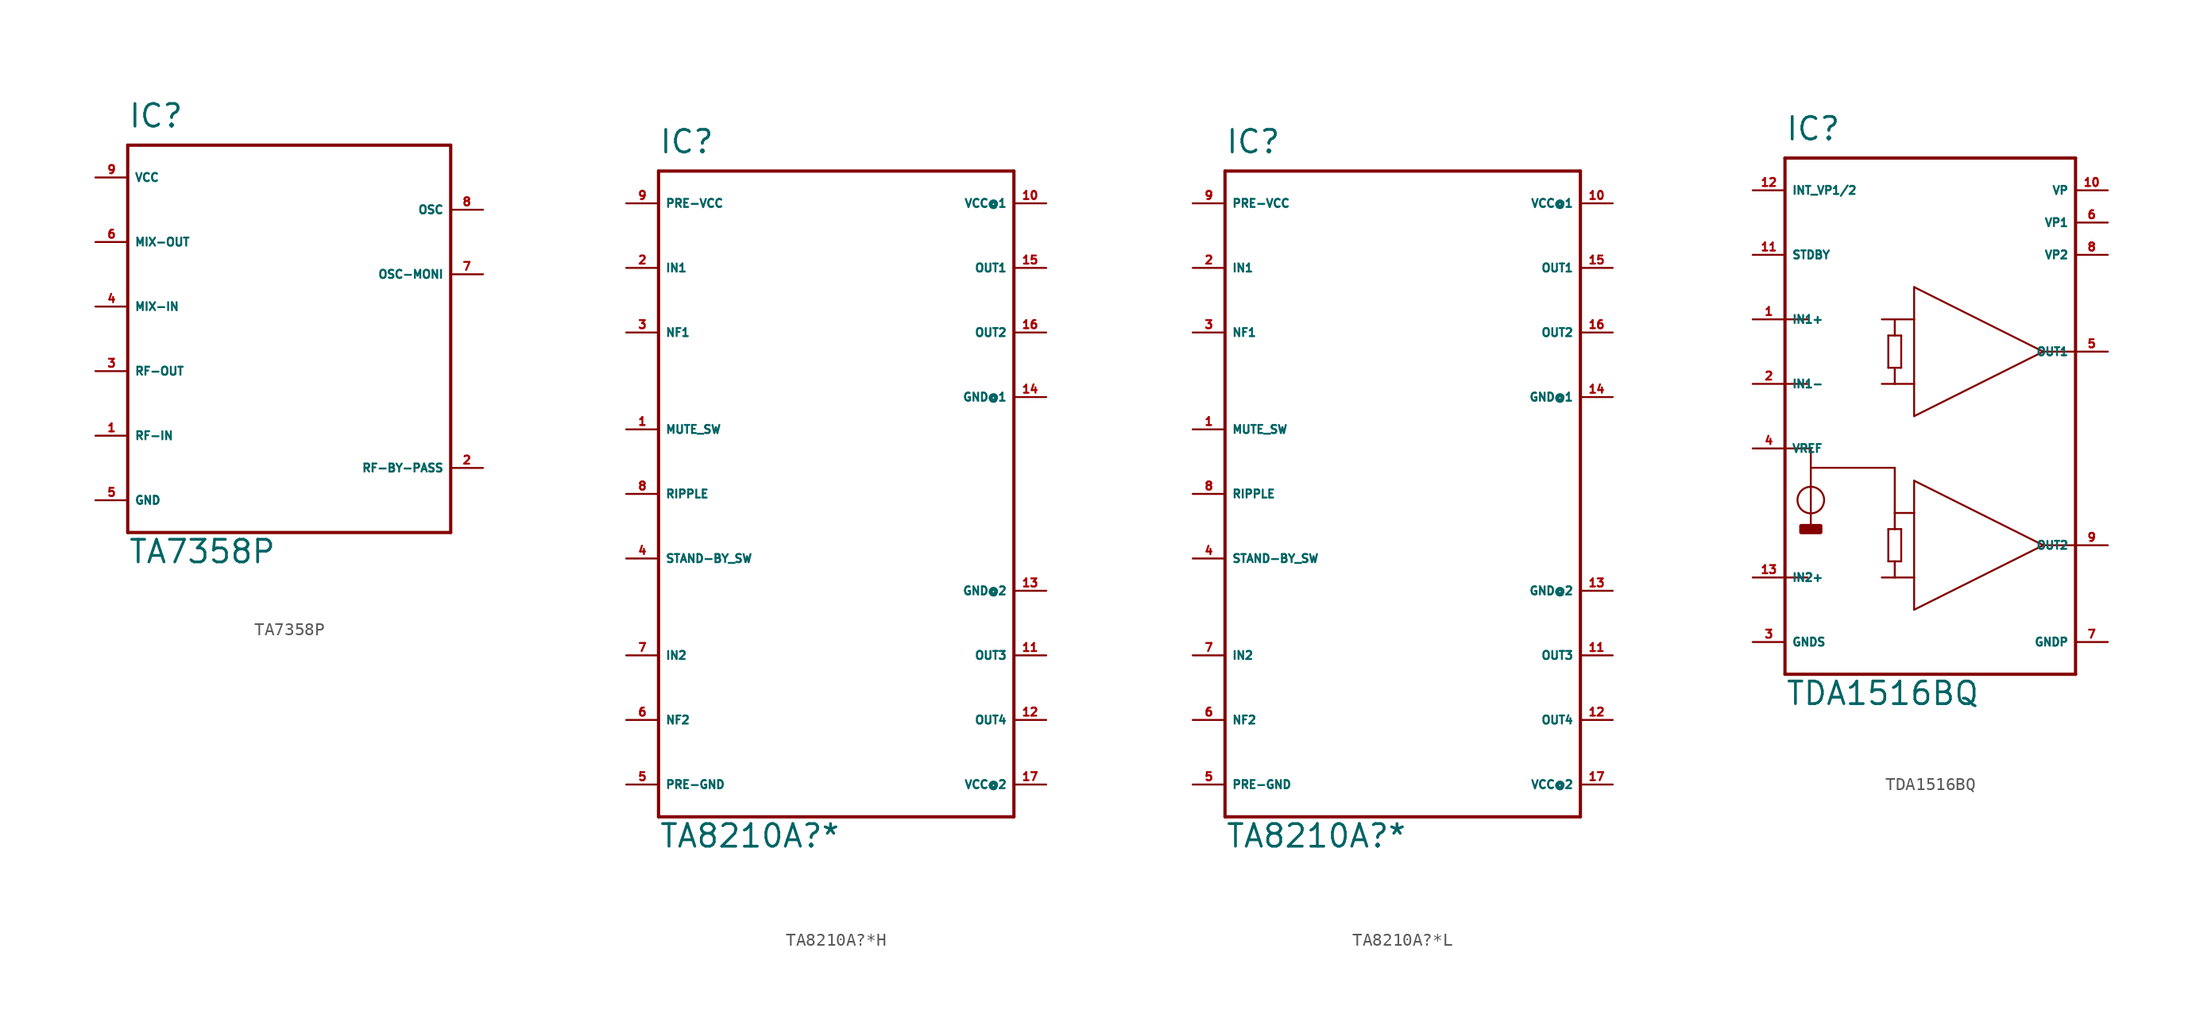
<source format=kicad_sym>
(kicad_symbol_lib
  (version 20220914)
  (generator Eagle2Kicad)
  (symbol "TA7358P"
    (property "Reference" "IC"
      (at -12.7 16.51 0)
      (effects (font (size 1.778 1.778) (thickness 0.22)) (justify left bottom)))
    (property "Value" "TA7358P"
      (at -12.7 -17.78 0)
      (effects (font (size 1.778 1.778) (thickness 0.22)) (justify left bottom)))
    (polyline
      (pts (xy -12.7 15.24) (xy 12.7 15.24))
      (stroke (width 0.254) (type default))
      (fill (type none)))
    (polyline
      (pts (xy 12.7 15.24) (xy 12.7 -15.24))
      (stroke (width 0.254) (type default))
      (fill (type none)))
    (polyline
      (pts (xy 12.7 -15.24) (xy -12.7 -15.24))
      (stroke (width 0.254) (type default))
      (fill (type none)))
    (polyline
      (pts (xy -12.7 -15.24) (xy -12.7 15.24))
      (stroke (width 0.254) (type default))
      (fill (type none)))
    (pin input line
      (at -15.24 -7.62 0)
      (length 2.54)
      (name "RF-IN" (effects (font (size 0.635 0.635) (thickness 0.08)) (justify left bottom)))
      (number "1" (effects (font (size 0.635 0.635) (thickness 0.08)) (justify left bottom))))
    (pin input line
      (at -15.24 -2.54 0)
      (length 2.54)
      (name "RF-OUT" (effects (font (size 0.635 0.635) (thickness 0.08)) (justify left bottom)))
      (number "3" (effects (font (size 0.635 0.635) (thickness 0.08)) (justify left bottom))))
    (pin input line
      (at -15.24 2.54 0)
      (length 2.54)
      (name "MIX-IN" (effects (font (size 0.635 0.635) (thickness 0.08)) (justify left bottom)))
      (number "4" (effects (font (size 0.635 0.635) (thickness 0.08)) (justify left bottom))))
    (pin input line
      (at -15.24 7.62 0)
      (length 2.54)
      (name "MIX-OUT" (effects (font (size 0.635 0.635) (thickness 0.08)) (justify left bottom)))
      (number "6" (effects (font (size 0.635 0.635) (thickness 0.08)) (justify left bottom))))
    (pin input line
      (at -15.24 12.7 0)
      (length 2.54)
      (name "VCC" (effects (font (size 0.635 0.635) (thickness 0.08)) (justify left bottom)))
      (number "9" (effects (font (size 0.635 0.635) (thickness 0.08)) (justify left bottom))))
    (pin input line
      (at -15.24 -12.7 0)
      (length 2.54)
      (name "GND" (effects (font (size 0.635 0.635) (thickness 0.08)) (justify left bottom)))
      (number "5" (effects (font (size 0.635 0.635) (thickness 0.08)) (justify left bottom))))
    (pin input line
      (at 15.24 -10.16 180)
      (length 2.54)
      (name "RF-BY-PASS" (effects (font (size 0.635 0.635) (thickness 0.08)) (justify left bottom)))
      (number "2" (effects (font (size 0.635 0.635) (thickness 0.08)) (justify left bottom))))
    (pin input line
      (at 15.24 10.16 180)
      (length 2.54)
      (name "OSC" (effects (font (size 0.635 0.635) (thickness 0.08)) (justify left bottom)))
      (number "8" (effects (font (size 0.635 0.635) (thickness 0.08)) (justify left bottom))))
    (pin input line
      (at 15.24 5.08 180)
      (length 2.54)
      (name "OSC-MONI" (effects (font (size 0.635 0.635) (thickness 0.08)) (justify left bottom)))
      (number "7" (effects (font (size 0.635 0.635) (thickness 0.08)) (justify left bottom)))))
  (symbol "TA8210A?*H"
    (property "Reference" "IC"
      (at -15.24 26.67 0)
      (effects (font (size 1.778 1.778) (thickness 0.22)) (justify left bottom)))
    (property "Value" "TA8210A?*"
      (at -15.24 -27.94 0)
      (effects (font (size 1.778 1.778) (thickness 0.22)) (justify left bottom)))
    (polyline
      (pts (xy -15.24 25.4) (xy 12.7 25.4))
      (stroke (width 0.254) (type default))
      (fill (type none)))
    (polyline
      (pts (xy 12.7 25.4) (xy 12.7 -25.4))
      (stroke (width 0.254) (type default))
      (fill (type none)))
    (polyline
      (pts (xy 12.7 -25.4) (xy -15.24 -25.4))
      (stroke (width 0.254) (type default))
      (fill (type none)))
    (polyline
      (pts (xy -15.24 -25.4) (xy -15.24 25.4))
      (stroke (width 0.254) (type default))
      (fill (type none)))
    (pin input line
      (at -17.78 17.78 0)
      (length 2.54)
      (name "IN1" (effects (font (size 0.635 0.635) (thickness 0.08)) (justify left bottom)))
      (number "2" (effects (font (size 0.635 0.635) (thickness 0.08)) (justify left bottom))))
    (pin input line
      (at -17.78 -12.7 0)
      (length 2.54)
      (name "IN2" (effects (font (size 0.635 0.635) (thickness 0.08)) (justify left bottom)))
      (number "7" (effects (font (size 0.635 0.635) (thickness 0.08)) (justify left bottom))))
    (pin input line
      (at -17.78 12.7 0)
      (length 2.54)
      (name "NF1" (effects (font (size 0.635 0.635) (thickness 0.08)) (justify left bottom)))
      (number "3" (effects (font (size 0.635 0.635) (thickness 0.08)) (justify left bottom))))
    (pin input line
      (at -17.78 -17.78 0)
      (length 2.54)
      (name "NF2" (effects (font (size 0.635 0.635) (thickness 0.08)) (justify left bottom)))
      (number "6" (effects (font (size 0.635 0.635) (thickness 0.08)) (justify left bottom))))
    (pin input line
      (at -17.78 5.08 0)
      (length 2.54)
      (name "MUTE_SW" (effects (font (size 0.635 0.635) (thickness 0.08)) (justify left bottom)))
      (number "1" (effects (font (size 0.635 0.635) (thickness 0.08)) (justify left bottom))))
    (pin input line
      (at -17.78 0 0)
      (length 2.54)
      (name "RIPPLE" (effects (font (size 0.635 0.635) (thickness 0.08)) (justify left bottom)))
      (number "8" (effects (font (size 0.635 0.635) (thickness 0.08)) (justify left bottom))))
    (pin unspecified line
      (at -17.78 22.86 0)
      (length 2.54)
      (name "PRE-VCC" (effects (font (size 0.635 0.635) (thickness 0.08)) (justify left bottom)))
      (number "9" (effects (font (size 0.635 0.635) (thickness 0.08)) (justify left bottom))))
    (pin unspecified line
      (at -17.78 -22.86 0)
      (length 2.54)
      (name "PRE-GND" (effects (font (size 0.635 0.635) (thickness 0.08)) (justify left bottom)))
      (number "5" (effects (font (size 0.635 0.635) (thickness 0.08)) (justify left bottom))))
    (pin unspecified line
      (at 15.24 22.86 180)
      (length 2.54)
      (name "VCC@1" (effects (font (size 0.635 0.635) (thickness 0.08)) (justify left bottom)))
      (number "10" (effects (font (size 0.635 0.635) (thickness 0.08)) (justify left bottom))))
    (pin unspecified line
      (at 15.24 -22.86 180)
      (length 2.54)
      (name "VCC@2" (effects (font (size 0.635 0.635) (thickness 0.08)) (justify left bottom)))
      (number "17" (effects (font (size 0.635 0.635) (thickness 0.08)) (justify left bottom))))
    (pin input line
      (at -17.78 -5.08 0)
      (length 2.54)
      (name "STAND-BY_SW" (effects (font (size 0.635 0.635) (thickness 0.08)) (justify left bottom)))
      (number "4" (effects (font (size 0.635 0.635) (thickness 0.08)) (justify left bottom))))
    (pin unspecified line
      (at 15.24 7.62 180)
      (length 2.54)
      (name "GND@1" (effects (font (size 0.635 0.635) (thickness 0.08)) (justify left bottom)))
      (number "14" (effects (font (size 0.635 0.635) (thickness 0.08)) (justify left bottom))))
    (pin unspecified line
      (at 15.24 -7.62 180)
      (length 2.54)
      (name "GND@2" (effects (font (size 0.635 0.635) (thickness 0.08)) (justify left bottom)))
      (number "13" (effects (font (size 0.635 0.635) (thickness 0.08)) (justify left bottom))))
    (pin output line
      (at 15.24 17.78 180)
      (length 2.54)
      (name "OUT1" (effects (font (size 0.635 0.635) (thickness 0.08)) (justify left bottom)))
      (number "15" (effects (font (size 0.635 0.635) (thickness 0.08)) (justify left bottom))))
    (pin output line
      (at 15.24 12.7 180)
      (length 2.54)
      (name "OUT2" (effects (font (size 0.635 0.635) (thickness 0.08)) (justify left bottom)))
      (number "16" (effects (font (size 0.635 0.635) (thickness 0.08)) (justify left bottom))))
    (pin output line
      (at 15.24 -12.7 180)
      (length 2.54)
      (name "OUT3" (effects (font (size 0.635 0.635) (thickness 0.08)) (justify left bottom)))
      (number "11" (effects (font (size 0.635 0.635) (thickness 0.08)) (justify left bottom))))
    (pin output line
      (at 15.24 -17.78 180)
      (length 2.54)
      (name "OUT4" (effects (font (size 0.635 0.635) (thickness 0.08)) (justify left bottom)))
      (number "12" (effects (font (size 0.635 0.635) (thickness 0.08)) (justify left bottom)))))
  (symbol "TA8210A?*L"
    (property "Reference" "IC"
      (at -15.24 26.67 0)
      (effects (font (size 1.778 1.778) (thickness 0.22)) (justify left bottom)))
    (property "Value" "TA8210A?*"
      (at -15.24 -27.94 0)
      (effects (font (size 1.778 1.778) (thickness 0.22)) (justify left bottom)))
    (polyline
      (pts (xy -15.24 25.4) (xy 12.7 25.4))
      (stroke (width 0.254) (type default))
      (fill (type none)))
    (polyline
      (pts (xy 12.7 25.4) (xy 12.7 -25.4))
      (stroke (width 0.254) (type default))
      (fill (type none)))
    (polyline
      (pts (xy 12.7 -25.4) (xy -15.24 -25.4))
      (stroke (width 0.254) (type default))
      (fill (type none)))
    (polyline
      (pts (xy -15.24 -25.4) (xy -15.24 25.4))
      (stroke (width 0.254) (type default))
      (fill (type none)))
    (pin input line
      (at -17.78 17.78 0)
      (length 2.54)
      (name "IN1" (effects (font (size 0.635 0.635) (thickness 0.08)) (justify left bottom)))
      (number "2" (effects (font (size 0.635 0.635) (thickness 0.08)) (justify left bottom))))
    (pin input line
      (at -17.78 -12.7 0)
      (length 2.54)
      (name "IN2" (effects (font (size 0.635 0.635) (thickness 0.08)) (justify left bottom)))
      (number "7" (effects (font (size 0.635 0.635) (thickness 0.08)) (justify left bottom))))
    (pin input line
      (at -17.78 12.7 0)
      (length 2.54)
      (name "NF1" (effects (font (size 0.635 0.635) (thickness 0.08)) (justify left bottom)))
      (number "3" (effects (font (size 0.635 0.635) (thickness 0.08)) (justify left bottom))))
    (pin input line
      (at -17.78 -17.78 0)
      (length 2.54)
      (name "NF2" (effects (font (size 0.635 0.635) (thickness 0.08)) (justify left bottom)))
      (number "6" (effects (font (size 0.635 0.635) (thickness 0.08)) (justify left bottom))))
    (pin input line
      (at -17.78 5.08 0)
      (length 2.54)
      (name "MUTE_SW" (effects (font (size 0.635 0.635) (thickness 0.08)) (justify left bottom)))
      (number "1" (effects (font (size 0.635 0.635) (thickness 0.08)) (justify left bottom))))
    (pin input line
      (at -17.78 0 0)
      (length 2.54)
      (name "RIPPLE" (effects (font (size 0.635 0.635) (thickness 0.08)) (justify left bottom)))
      (number "8" (effects (font (size 0.635 0.635) (thickness 0.08)) (justify left bottom))))
    (pin unspecified line
      (at -17.78 22.86 0)
      (length 2.54)
      (name "PRE-VCC" (effects (font (size 0.635 0.635) (thickness 0.08)) (justify left bottom)))
      (number "9" (effects (font (size 0.635 0.635) (thickness 0.08)) (justify left bottom))))
    (pin unspecified line
      (at -17.78 -22.86 0)
      (length 2.54)
      (name "PRE-GND" (effects (font (size 0.635 0.635) (thickness 0.08)) (justify left bottom)))
      (number "5" (effects (font (size 0.635 0.635) (thickness 0.08)) (justify left bottom))))
    (pin unspecified line
      (at 15.24 22.86 180)
      (length 2.54)
      (name "VCC@1" (effects (font (size 0.635 0.635) (thickness 0.08)) (justify left bottom)))
      (number "10" (effects (font (size 0.635 0.635) (thickness 0.08)) (justify left bottom))))
    (pin unspecified line
      (at 15.24 -22.86 180)
      (length 2.54)
      (name "VCC@2" (effects (font (size 0.635 0.635) (thickness 0.08)) (justify left bottom)))
      (number "17" (effects (font (size 0.635 0.635) (thickness 0.08)) (justify left bottom))))
    (pin input line
      (at -17.78 -5.08 0)
      (length 2.54)
      (name "STAND-BY_SW" (effects (font (size 0.635 0.635) (thickness 0.08)) (justify left bottom)))
      (number "4" (effects (font (size 0.635 0.635) (thickness 0.08)) (justify left bottom))))
    (pin unspecified line
      (at 15.24 7.62 180)
      (length 2.54)
      (name "GND@1" (effects (font (size 0.635 0.635) (thickness 0.08)) (justify left bottom)))
      (number "14" (effects (font (size 0.635 0.635) (thickness 0.08)) (justify left bottom))))
    (pin unspecified line
      (at 15.24 -7.62 180)
      (length 2.54)
      (name "GND@2" (effects (font (size 0.635 0.635) (thickness 0.08)) (justify left bottom)))
      (number "13" (effects (font (size 0.635 0.635) (thickness 0.08)) (justify left bottom))))
    (pin output line
      (at 15.24 17.78 180)
      (length 2.54)
      (name "OUT1" (effects (font (size 0.635 0.635) (thickness 0.08)) (justify left bottom)))
      (number "15" (effects (font (size 0.635 0.635) (thickness 0.08)) (justify left bottom))))
    (pin output line
      (at 15.24 12.7 180)
      (length 2.54)
      (name "OUT2" (effects (font (size 0.635 0.635) (thickness 0.08)) (justify left bottom)))
      (number "16" (effects (font (size 0.635 0.635) (thickness 0.08)) (justify left bottom))))
    (pin output line
      (at 15.24 -12.7 180)
      (length 2.54)
      (name "OUT3" (effects (font (size 0.635 0.635) (thickness 0.08)) (justify left bottom)))
      (number "11" (effects (font (size 0.635 0.635) (thickness 0.08)) (justify left bottom))))
    (pin output line
      (at 15.24 -17.78 180)
      (length 2.54)
      (name "OUT4" (effects (font (size 0.635 0.635) (thickness 0.08)) (justify left bottom)))
      (number "12" (effects (font (size 0.635 0.635) (thickness 0.08)) (justify left bottom)))))
  (symbol "TDA1516BQ"
    (property "Reference" "IC"
      (at -12.7 21.59 0)
      (effects (font (size 1.778 1.778) (thickness 0.22)) (justify left bottom)))
    (property "Value" "TDA1516BQ"
      (at -12.7 -22.86 0)
      (effects (font (size 1.778 1.778) (thickness 0.22)) (justify left bottom)))
    (polyline
      (pts (xy -12.7 20.32) (xy 10.16 20.32))
      (stroke (width 0.254) (type default))
      (fill (type none)))
    (polyline
      (pts (xy 10.16 20.32) (xy 10.16 5.08))
      (stroke (width 0.254) (type default))
      (fill (type none)))
    (polyline
      (pts (xy 10.16 5.08) (xy 10.16 -10.16))
      (stroke (width 0.254) (type default))
      (fill (type none)))
    (polyline
      (pts (xy 10.16 -10.16) (xy 10.16 -20.32))
      (stroke (width 0.254) (type default))
      (fill (type none)))
    (polyline
      (pts (xy 10.16 -20.32) (xy -12.7 -20.32))
      (stroke (width 0.254) (type default))
      (fill (type none)))
    (polyline
      (pts (xy -12.7 -20.32) (xy -12.7 -12.7))
      (stroke (width 0.254) (type default))
      (fill (type none)))
    (polyline
      (pts (xy -12.7 -12.7) (xy -12.7 -2.54))
      (stroke (width 0.254) (type default))
      (fill (type none)))
    (polyline
      (pts (xy -12.7 -2.54) (xy -12.7 2.54))
      (stroke (width 0.254) (type default))
      (fill (type none)))
    (polyline
      (pts (xy -12.7 2.54) (xy -12.7 7.62))
      (stroke (width 0.254) (type default))
      (fill (type none)))
    (polyline
      (pts (xy -12.7 7.62) (xy -12.7 20.32))
      (stroke (width 0.254) (type default))
      (fill (type none)))
    (polyline
      (pts (xy -12.7 7.62) (xy -10.922 7.62))
      (stroke (width 0.152) (type default))
      (fill (type none)))
    (polyline
      (pts (xy -12.7 2.54) (xy -10.922 2.54))
      (stroke (width 0.152) (type default))
      (fill (type none)))
    (polyline
      (pts (xy -5.08 7.62) (xy -4.064 7.62))
      (stroke (width 0.152) (type default))
      (fill (type none)))
    (polyline
      (pts (xy -4.064 7.62) (xy -2.54 7.62))
      (stroke (width 0.152) (type default))
      (fill (type none)))
    (polyline
      (pts (xy -2.54 7.62) (xy -2.54 2.54))
      (stroke (width 0.152) (type default))
      (fill (type none)))
    (polyline
      (pts (xy -2.54 2.54) (xy -4.064 2.54))
      (stroke (width 0.152) (type default))
      (fill (type none)))
    (polyline
      (pts (xy -4.064 2.54) (xy -5.08 2.54))
      (stroke (width 0.152) (type default))
      (fill (type none)))
    (polyline
      (pts (xy -2.54 10.16) (xy -2.54 7.62))
      (stroke (width 0.152) (type default))
      (fill (type none)))
    (polyline
      (pts (xy -2.54 2.54) (xy -2.54 0))
      (stroke (width 0.152) (type default))
      (fill (type none)))
    (polyline
      (pts (xy -2.54 0) (xy 7.62 5.08))
      (stroke (width 0.152) (type default))
      (fill (type none)))
    (polyline
      (pts (xy 7.62 5.08) (xy -2.54 10.16))
      (stroke (width 0.152) (type default))
      (fill (type none)))
    (polyline
      (pts (xy -4.064 7.62) (xy -4.064 6.35))
      (stroke (width 0.152) (type default))
      (fill (type none)))
    (polyline
      (pts (xy -4.064 6.35) (xy -4.572 6.35))
      (stroke (width 0.152) (type default))
      (fill (type none)))
    (polyline
      (pts (xy -4.572 6.35) (xy -4.572 3.81))
      (stroke (width 0.152) (type default))
      (fill (type none)))
    (polyline
      (pts (xy -4.572 3.81) (xy -4.064 3.81))
      (stroke (width 0.152) (type default))
      (fill (type none)))
    (polyline
      (pts (xy -4.064 3.81) (xy -3.556 3.81))
      (stroke (width 0.152) (type default))
      (fill (type none)))
    (polyline
      (pts (xy -3.556 3.81) (xy -3.556 6.35))
      (stroke (width 0.152) (type default))
      (fill (type none)))
    (polyline
      (pts (xy -3.556 6.35) (xy -4.064 6.35))
      (stroke (width 0.152) (type default))
      (fill (type none)))
    (polyline
      (pts (xy -4.064 2.54) (xy -4.064 3.81))
      (stroke (width 0.152) (type default))
      (fill (type none)))
    (polyline
      (pts (xy 7.62 5.08) (xy 10.16 5.08))
      (stroke (width 0.152) (type default))
      (fill (type none)))
    (polyline
      (pts (xy -12.7 -12.7) (xy -10.922 -12.7))
      (stroke (width 0.152) (type default))
      (fill (type none)))
    (polyline
      (pts (xy -4.064 -7.62) (xy -2.54 -7.62))
      (stroke (width 0.152) (type default))
      (fill (type none)))
    (polyline
      (pts (xy -2.54 -7.62) (xy -2.54 -12.7))
      (stroke (width 0.152) (type default))
      (fill (type none)))
    (polyline
      (pts (xy -2.54 -12.7) (xy -4.064 -12.7))
      (stroke (width 0.152) (type default))
      (fill (type none)))
    (polyline
      (pts (xy -4.064 -12.7) (xy -5.08 -12.7))
      (stroke (width 0.152) (type default))
      (fill (type none)))
    (polyline
      (pts (xy -2.54 -5.08) (xy -2.54 -7.62))
      (stroke (width 0.152) (type default))
      (fill (type none)))
    (polyline
      (pts (xy -2.54 -12.7) (xy -2.54 -15.24))
      (stroke (width 0.152) (type default))
      (fill (type none)))
    (polyline
      (pts (xy -2.54 -15.24) (xy 7.62 -10.16))
      (stroke (width 0.152) (type default))
      (fill (type none)))
    (polyline
      (pts (xy 7.62 -10.16) (xy -2.54 -5.08))
      (stroke (width 0.152) (type default))
      (fill (type none)))
    (polyline
      (pts (xy -4.064 -7.62) (xy -4.064 -8.89))
      (stroke (width 0.152) (type default))
      (fill (type none)))
    (polyline
      (pts (xy -4.064 -8.89) (xy -4.572 -8.89))
      (stroke (width 0.152) (type default))
      (fill (type none)))
    (polyline
      (pts (xy -4.572 -8.89) (xy -4.572 -11.43))
      (stroke (width 0.152) (type default))
      (fill (type none)))
    (polyline
      (pts (xy -4.572 -11.43) (xy -4.064 -11.43))
      (stroke (width 0.152) (type default))
      (fill (type none)))
    (polyline
      (pts (xy -4.064 -11.43) (xy -3.556 -11.43))
      (stroke (width 0.152) (type default))
      (fill (type none)))
    (polyline
      (pts (xy -3.556 -11.43) (xy -3.556 -8.89))
      (stroke (width 0.152) (type default))
      (fill (type none)))
    (polyline
      (pts (xy -3.556 -8.89) (xy -4.064 -8.89))
      (stroke (width 0.152) (type default))
      (fill (type none)))
    (polyline
      (pts (xy -4.064 -12.7) (xy -4.064 -11.43))
      (stroke (width 0.152) (type default))
      (fill (type none)))
    (polyline
      (pts (xy 7.62 -10.16) (xy 10.16 -10.16))
      (stroke (width 0.152) (type default))
      (fill (type none)))
    (polyline
      (pts (xy -12.7 -2.54) (xy -10.668 -2.54))
      (stroke (width 0.152) (type default))
      (fill (type none)))
    (polyline
      (pts (xy -10.668 -2.54) (xy -10.668 -4.064))
      (stroke (width 0.152) (type default))
      (fill (type none)))
    (polyline
      (pts (xy -10.668 -4.064) (xy -4.064 -4.064))
      (stroke (width 0.152) (type default))
      (fill (type none)))
    (polyline
      (pts (xy -4.064 -4.064) (xy -4.064 -7.62))
      (stroke (width 0.152) (type default))
      (fill (type none)))
    (polyline
      (pts (xy -10.668 -4.064) (xy -10.668 -8.636))
      (stroke (width 0.152) (type default))
      (fill (type none)))
    (circle
      (center -10.668 -6.604)
      (radius 1.047)
      (stroke (width 0.152) (type default))
      (fill (type none)))
    (rectangle
      (start -11.43 -9.144)
      (end -9.906 -8.636)
      (stroke (width 0.3) (type default))
      (fill (type outline)))
    (pin passive line
      (at -15.24 -2.54 0)
      (length 2.54)
      (name "VREF" (effects (font (size 0.635 0.635) (thickness 0.08)) (justify left bottom)))
      (number "4" (effects (font (size 0.635 0.635) (thickness 0.08)) (justify left bottom))))
    (pin input line
      (at -15.24 2.54 0)
      (length 2.54)
      (name "IN1-" (effects (font (size 0.635 0.635) (thickness 0.08)) (justify left bottom)))
      (number "2" (effects (font (size 0.635 0.635) (thickness 0.08)) (justify left bottom))))
    (pin input line
      (at -15.24 7.62 0)
      (length 2.54)
      (name "IN1+" (effects (font (size 0.635 0.635) (thickness 0.08)) (justify left bottom)))
      (number "1" (effects (font (size 0.635 0.635) (thickness 0.08)) (justify left bottom))))
    (pin input line
      (at -15.24 -12.7 0)
      (length 2.54)
      (name "IN2+" (effects (font (size 0.635 0.635) (thickness 0.08)) (justify left bottom)))
      (number "13" (effects (font (size 0.635 0.635) (thickness 0.08)) (justify left bottom))))
    (pin input line
      (at -15.24 12.7 0)
      (length 2.54)
      (name "STDBY" (effects (font (size 0.635 0.635) (thickness 0.08)) (justify left bottom)))
      (number "11" (effects (font (size 0.635 0.635) (thickness 0.08)) (justify left bottom))))
    (pin passive line
      (at -15.24 17.78 0)
      (length 2.54)
      (name "INT_VP1/2" (effects (font (size 0.635 0.635) (thickness 0.08)) (justify left bottom)))
      (number "12" (effects (font (size 0.635 0.635) (thickness 0.08)) (justify left bottom))))
    (pin unspecified line
      (at 12.7 15.24 180)
      (length 2.54)
      (name "VP1" (effects (font (size 0.635 0.635) (thickness 0.08)) (justify left bottom)))
      (number "6" (effects (font (size 0.635 0.635) (thickness 0.08)) (justify left bottom))))
    (pin unspecified line
      (at 12.7 12.7 180)
      (length 2.54)
      (name "VP2" (effects (font (size 0.635 0.635) (thickness 0.08)) (justify left bottom)))
      (number "8" (effects (font (size 0.635 0.635) (thickness 0.08)) (justify left bottom))))
    (pin unspecified line
      (at -15.24 -17.78 0)
      (length 2.54)
      (name "GNDS" (effects (font (size 0.635 0.635) (thickness 0.08)) (justify left bottom)))
      (number "3" (effects (font (size 0.635 0.635) (thickness 0.08)) (justify left bottom))))
    (pin unspecified line
      (at 12.7 -17.78 180)
      (length 2.54)
      (name "GNDP" (effects (font (size 0.635 0.635) (thickness 0.08)) (justify left bottom)))
      (number "7" (effects (font (size 0.635 0.635) (thickness 0.08)) (justify left bottom))))
    (pin output line
      (at 12.7 5.08 180)
      (length 2.54)
      (name "OUT1" (effects (font (size 0.635 0.635) (thickness 0.08)) (justify left bottom)))
      (number "5" (effects (font (size 0.635 0.635) (thickness 0.08)) (justify left bottom))))
    (pin output line
      (at 12.7 -10.16 180)
      (length 2.54)
      (name "OUT2" (effects (font (size 0.635 0.635) (thickness 0.08)) (justify left bottom)))
      (number "9" (effects (font (size 0.635 0.635) (thickness 0.08)) (justify left bottom))))
    (pin input line
      (at 12.7 17.78 180)
      (length 2.54)
      (name "VP" (effects (font (size 0.635 0.635) (thickness 0.08)) (justify left bottom)))
      (number "10" (effects (font (size 0.635 0.635) (thickness 0.08)) (justify left bottom))))))
</source>
